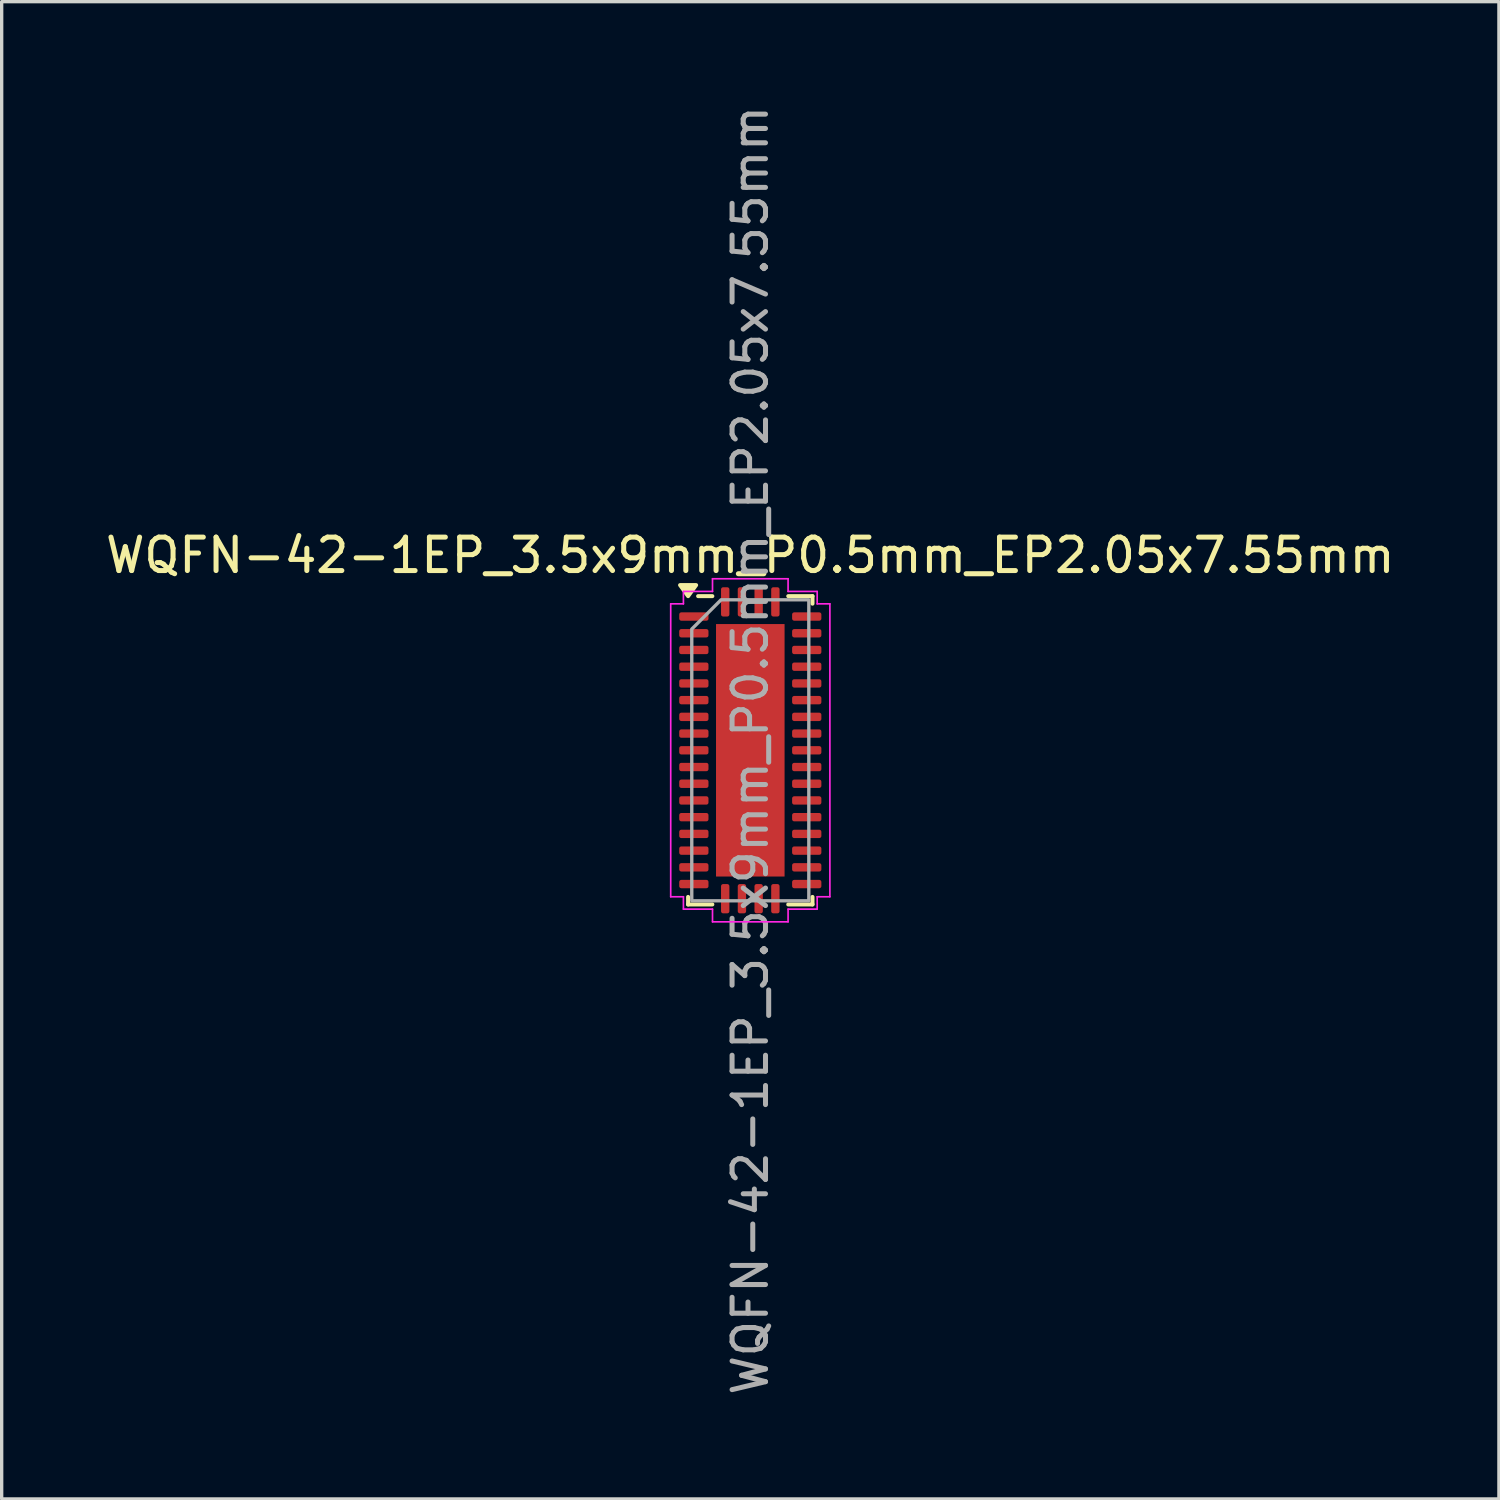
<source format=kicad_pcb>
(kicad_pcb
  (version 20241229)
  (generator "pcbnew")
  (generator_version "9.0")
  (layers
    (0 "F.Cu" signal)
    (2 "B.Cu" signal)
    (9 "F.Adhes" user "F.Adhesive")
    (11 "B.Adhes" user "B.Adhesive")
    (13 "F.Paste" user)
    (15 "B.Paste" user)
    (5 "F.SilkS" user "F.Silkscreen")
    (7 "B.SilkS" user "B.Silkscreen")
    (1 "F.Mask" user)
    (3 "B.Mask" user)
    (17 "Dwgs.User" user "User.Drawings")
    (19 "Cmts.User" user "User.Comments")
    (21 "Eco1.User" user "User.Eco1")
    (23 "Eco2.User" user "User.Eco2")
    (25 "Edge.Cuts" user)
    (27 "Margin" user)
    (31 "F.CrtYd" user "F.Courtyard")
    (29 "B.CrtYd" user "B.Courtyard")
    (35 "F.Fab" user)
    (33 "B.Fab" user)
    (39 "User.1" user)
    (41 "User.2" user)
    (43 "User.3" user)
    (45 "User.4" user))
  (footprint "WQFN-42-1EP_3.5x9mm_P0.5mm_EP2.05x7.55mm"
    (layer "F.Cu")
    (at 19.387 19.387)
    (property "Reference" "WQFN-42-1EP_3.5x9mm_P0.5mm_EP2.05x7.55mm" (at 0 -5.83 0) (layer "F.SilkS") (effects (font (size 1 1) (thickness 0.15))))
    (attr smd)
    (fp_line (start -1.86 4.61) (end -1.86 4.385) (stroke (width 0.12) (type solid)) (layer "F.SilkS"))
    (fp_line (start -1.135 -4.61) (end -1.56 -4.61) (stroke (width 0.12) (type solid)) (layer "F.SilkS"))
    (fp_line (start -1.135 4.61) (end -1.86 4.61) (stroke (width 0.12) (type solid)) (layer "F.SilkS"))
    (fp_line (start 1.135 -4.61) (end 1.86 -4.61) (stroke (width 0.12) (type solid)) (layer "F.SilkS"))
    (fp_line (start 1.135 4.61) (end 1.86 4.61) (stroke (width 0.12) (type solid)) (layer "F.SilkS"))
    (fp_line (start 1.86 -4.61) (end 1.86 -4.385) (stroke (width 0.12) (type solid)) (layer "F.SilkS"))
    (fp_line (start 1.86 4.61) (end 1.86 4.385) (stroke (width 0.12) (type solid)) (layer "F.SilkS"))
    (fp_poly (pts (xy -1.86 -4.61) (xy -2.1 -4.94) (xy -1.62 -4.94)) (stroke (width 0.12) (type solid)) (fill yes) (layer "F.SilkS"))
    (fp_line (start -2.38 -4.38) (end -2 -4.38) (stroke (width 0.05) (type solid)) (layer "F.CrtYd"))
    (fp_line (start -2.38 4.38) (end -2.38 -4.38) (stroke (width 0.05) (type solid)) (layer "F.CrtYd"))
    (fp_line (start -2 -4.75) (end -1.13 -4.75) (stroke (width 0.05) (type solid)) (layer "F.CrtYd"))
    (fp_line (start -2 -4.38) (end -2 -4.75) (stroke (width 0.05) (type solid)) (layer "F.CrtYd"))
    (fp_line (start -2 4.38) (end -2.38 4.38) (stroke (width 0.05) (type solid)) (layer "F.CrtYd"))
    (fp_line (start -2 4.75) (end -2 4.38) (stroke (width 0.05) (type solid)) (layer "F.CrtYd"))
    (fp_line (start -1.13 -5.13) (end 1.13 -5.13) (stroke (width 0.05) (type solid)) (layer "F.CrtYd"))
    (fp_line (start -1.13 -4.75) (end -1.13 -5.13) (stroke (width 0.05) (type solid)) (layer "F.CrtYd"))
    (fp_line (start -1.13 4.75) (end -2 4.75) (stroke (width 0.05) (type solid)) (layer "F.CrtYd"))
    (fp_line (start -1.13 5.13) (end -1.13 4.75) (stroke (width 0.05) (type solid)) (layer "F.CrtYd"))
    (fp_line (start 1.13 -5.13) (end 1.13 -4.75) (stroke (width 0.05) (type solid)) (layer "F.CrtYd"))
    (fp_line (start 1.13 -4.75) (end 2 -4.75) (stroke (width 0.05) (type solid)) (layer "F.CrtYd"))
    (fp_line (start 1.13 4.75) (end 1.13 5.13) (stroke (width 0.05) (type solid)) (layer "F.CrtYd"))
    (fp_line (start 1.13 5.13) (end -1.13 5.13) (stroke (width 0.05) (type solid)) (layer "F.CrtYd"))
    (fp_line (start 2 -4.75) (end 2 -4.38) (stroke (width 0.05) (type solid)) (layer "F.CrtYd"))
    (fp_line (start 2 -4.38) (end 2.38 -4.38) (stroke (width 0.05) (type solid)) (layer "F.CrtYd"))
    (fp_line (start 2 4.38) (end 2 4.75) (stroke (width 0.05) (type solid)) (layer "F.CrtYd"))
    (fp_line (start 2 4.75) (end 1.13 4.75) (stroke (width 0.05) (type solid)) (layer "F.CrtYd"))
    (fp_line (start 2.38 -4.38) (end 2.38 4.38) (stroke (width 0.05) (type solid)) (layer "F.CrtYd"))
    (fp_line (start 2.38 4.38) (end 2 4.38) (stroke (width 0.05) (type solid)) (layer "F.CrtYd"))
    (fp_poly (pts (xy -1.75 -3.625) (xy -1.75 4.5) (xy 1.75 4.5) (xy 1.75 -4.5) (xy -0.875 -4.5)) (stroke (width 0.1) (type solid)) (fill no) (layer "F.Fab"))
    (fp_text user "${REFERENCE}" (at 0 0 90) (layer "F.Fab") (effects (font (size 1 1) (thickness 0.15))))
    (pad "" smd roundrect (at -0.51 -3.24) (size 0.83 0.87) (layers "F.Paste") (roundrect_rratio 0.25))
    (pad "" smd roundrect (at -0.51 -2.16) (size 0.83 0.87) (layers "F.Paste") (roundrect_rratio 0.25))
    (pad "" smd roundrect (at -0.51 -1.08) (size 0.83 0.87) (layers "F.Paste") (roundrect_rratio 0.25))
    (pad "" smd roundrect (at -0.51 0) (size 0.83 0.87) (layers "F.Paste") (roundrect_rratio 0.25))
    (pad "" smd roundrect (at -0.51 1.08) (size 0.83 0.87) (layers "F.Paste") (roundrect_rratio 0.25))
    (pad "" smd roundrect (at -0.51 2.16) (size 0.83 0.87) (layers "F.Paste") (roundrect_rratio 0.25))
    (pad "" smd roundrect (at -0.51 3.24) (size 0.83 0.87) (layers "F.Paste") (roundrect_rratio 0.25))
    (pad "" smd roundrect (at 0.51 -3.24) (size 0.83 0.87) (layers "F.Paste") (roundrect_rratio 0.25))
    (pad "" smd roundrect (at 0.51 -2.16) (size 0.83 0.87) (layers "F.Paste") (roundrect_rratio 0.25))
    (pad "" smd roundrect (at 0.51 -1.08) (size 0.83 0.87) (layers "F.Paste") (roundrect_rratio 0.25))
    (pad "" smd roundrect (at 0.51 0) (size 0.83 0.87) (layers "F.Paste") (roundrect_rratio 0.25))
    (pad "" smd roundrect (at 0.51 1.08) (size 0.83 0.87) (layers "F.Paste") (roundrect_rratio 0.25))
    (pad "" smd roundrect (at 0.51 2.16) (size 0.83 0.87) (layers "F.Paste") (roundrect_rratio 0.25))
    (pad "" smd roundrect (at 0.51 3.24) (size 0.83 0.87) (layers "F.Paste") (roundrect_rratio 0.25))
    (pad "1" smd roundrect (at -1.688 -4) (size 0.875 0.25) (layers "F.Cu" "F.Mask" "F.Paste") (roundrect_rratio 0.25))
    (pad "2" smd roundrect (at -1.688 -3.5) (size 0.875 0.25) (layers "F.Cu" "F.Mask" "F.Paste") (roundrect_rratio 0.25))
    (pad "3" smd roundrect (at -1.688 -3) (size 0.875 0.25) (layers "F.Cu" "F.Mask" "F.Paste") (roundrect_rratio 0.25))
    (pad "4" smd roundrect (at -1.688 -2.5) (size 0.875 0.25) (layers "F.Cu" "F.Mask" "F.Paste") (roundrect_rratio 0.25))
    (pad "5" smd roundrect (at -1.688 -2) (size 0.875 0.25) (layers "F.Cu" "F.Mask" "F.Paste") (roundrect_rratio 0.25))
    (pad "6" smd roundrect (at -1.688 -1.5) (size 0.875 0.25) (layers "F.Cu" "F.Mask" "F.Paste") (roundrect_rratio 0.25))
    (pad "7" smd roundrect (at -1.688 -1) (size 0.875 0.25) (layers "F.Cu" "F.Mask" "F.Paste") (roundrect_rratio 0.25))
    (pad "8" smd roundrect (at -1.688 -0.5) (size 0.875 0.25) (layers "F.Cu" "F.Mask" "F.Paste") (roundrect_rratio 0.25))
    (pad "9" smd roundrect (at -1.688 0) (size 0.875 0.25) (layers "F.Cu" "F.Mask" "F.Paste") (roundrect_rratio 0.25))
    (pad "10" smd roundrect (at -1.688 0.5) (size 0.875 0.25) (layers "F.Cu" "F.Mask" "F.Paste") (roundrect_rratio 0.25))
    (pad "11" smd roundrect (at -1.688 1) (size 0.875 0.25) (layers "F.Cu" "F.Mask" "F.Paste") (roundrect_rratio 0.25))
    (pad "12" smd roundrect (at -1.688 1.5) (size 0.875 0.25) (layers "F.Cu" "F.Mask" "F.Paste") (roundrect_rratio 0.25))
    (pad "13" smd roundrect (at -1.688 2) (size 0.875 0.25) (layers "F.Cu" "F.Mask" "F.Paste") (roundrect_rratio 0.25))
    (pad "14" smd roundrect (at -1.688 2.5) (size 0.875 0.25) (layers "F.Cu" "F.Mask" "F.Paste") (roundrect_rratio 0.25))
    (pad "15" smd roundrect (at -1.688 3) (size 0.875 0.25) (layers "F.Cu" "F.Mask" "F.Paste") (roundrect_rratio 0.25))
    (pad "16" smd roundrect (at -1.688 3.5) (size 0.875 0.25) (layers "F.Cu" "F.Mask" "F.Paste") (roundrect_rratio 0.25))
    (pad "17" smd roundrect (at -1.688 4) (size 0.875 0.25) (layers "F.Cu" "F.Mask" "F.Paste") (roundrect_rratio 0.25))
    (pad "18" smd roundrect (at -0.75 4.438) (size 0.25 0.875) (layers "F.Cu" "F.Mask" "F.Paste") (roundrect_rratio 0.25))
    (pad "19" smd roundrect (at -0.25 4.438) (size 0.25 0.875) (layers "F.Cu" "F.Mask" "F.Paste") (roundrect_rratio 0.25))
    (pad "20" smd roundrect (at 0.25 4.438) (size 0.25 0.875) (layers "F.Cu" "F.Mask" "F.Paste") (roundrect_rratio 0.25))
    (pad "21" smd roundrect (at 0.75 4.438) (size 0.25 0.875) (layers "F.Cu" "F.Mask" "F.Paste") (roundrect_rratio 0.25))
    (pad "22" smd roundrect (at 1.688 4) (size 0.875 0.25) (layers "F.Cu" "F.Mask" "F.Paste") (roundrect_rratio 0.25))
    (pad "23" smd roundrect (at 1.688 3.5) (size 0.875 0.25) (layers "F.Cu" "F.Mask" "F.Paste") (roundrect_rratio 0.25))
    (pad "24" smd roundrect (at 1.688 3) (size 0.875 0.25) (layers "F.Cu" "F.Mask" "F.Paste") (roundrect_rratio 0.25))
    (pad "25" smd roundrect (at 1.688 2.5) (size 0.875 0.25) (layers "F.Cu" "F.Mask" "F.Paste") (roundrect_rratio 0.25))
    (pad "26" smd roundrect (at 1.688 2) (size 0.875 0.25) (layers "F.Cu" "F.Mask" "F.Paste") (roundrect_rratio 0.25))
    (pad "27" smd roundrect (at 1.688 1.5) (size 0.875 0.25) (layers "F.Cu" "F.Mask" "F.Paste") (roundrect_rratio 0.25))
    (pad "28" smd roundrect (at 1.688 1) (size 0.875 0.25) (layers "F.Cu" "F.Mask" "F.Paste") (roundrect_rratio 0.25))
    (pad "29" smd roundrect (at 1.688 0.5) (size 0.875 0.25) (layers "F.Cu" "F.Mask" "F.Paste") (roundrect_rratio 0.25))
    (pad "30" smd roundrect (at 1.688 0) (size 0.875 0.25) (layers "F.Cu" "F.Mask" "F.Paste") (roundrect_rratio 0.25))
    (pad "31" smd roundrect (at 1.688 -0.5) (size 0.875 0.25) (layers "F.Cu" "F.Mask" "F.Paste") (roundrect_rratio 0.25))
    (pad "32" smd roundrect (at 1.688 -1) (size 0.875 0.25) (layers "F.Cu" "F.Mask" "F.Paste") (roundrect_rratio 0.25))
    (pad "33" smd roundrect (at 1.688 -1.5) (size 0.875 0.25) (layers "F.Cu" "F.Mask" "F.Paste") (roundrect_rratio 0.25))
    (pad "34" smd roundrect (at 1.688 -2) (size 0.875 0.25) (layers "F.Cu" "F.Mask" "F.Paste") (roundrect_rratio 0.25))
    (pad "35" smd roundrect (at 1.688 -2.5) (size 0.875 0.25) (layers "F.Cu" "F.Mask" "F.Paste") (roundrect_rratio 0.25))
    (pad "36" smd roundrect (at 1.688 -3) (size 0.875 0.25) (layers "F.Cu" "F.Mask" "F.Paste") (roundrect_rratio 0.25))
    (pad "37" smd roundrect (at 1.688 -3.5) (size 0.875 0.25) (layers "F.Cu" "F.Mask" "F.Paste") (roundrect_rratio 0.25))
    (pad "38" smd roundrect (at 1.688 -4) (size 0.875 0.25) (layers "F.Cu" "F.Mask" "F.Paste") (roundrect_rratio 0.25))
    (pad "39" smd roundrect (at 0.75 -4.438) (size 0.25 0.875) (layers "F.Cu" "F.Mask" "F.Paste") (roundrect_rratio 0.25))
    (pad "40" smd roundrect (at 0.25 -4.438) (size 0.25 0.875) (layers "F.Cu" "F.Mask" "F.Paste") (roundrect_rratio 0.25))
    (pad "41" smd roundrect (at -0.25 -4.438) (size 0.25 0.875) (layers "F.Cu" "F.Mask" "F.Paste") (roundrect_rratio 0.25))
    (pad "42" smd roundrect (at -0.75 -4.438) (size 0.25 0.875) (layers "F.Cu" "F.Mask" "F.Paste") (roundrect_rratio 0.25))
    (pad "43" smd rect (at 0 0) (size 2.05 7.55) (property pad_prop_heatsink) (layers "F.Cu" "F.Mask")))
  (gr_rect
    (start -3 -3)
    (end 41.774 41.774)
    (stroke (width 0.1) (type default))
    (fill no)
    (layer "Edge.Cuts")))
</source>
